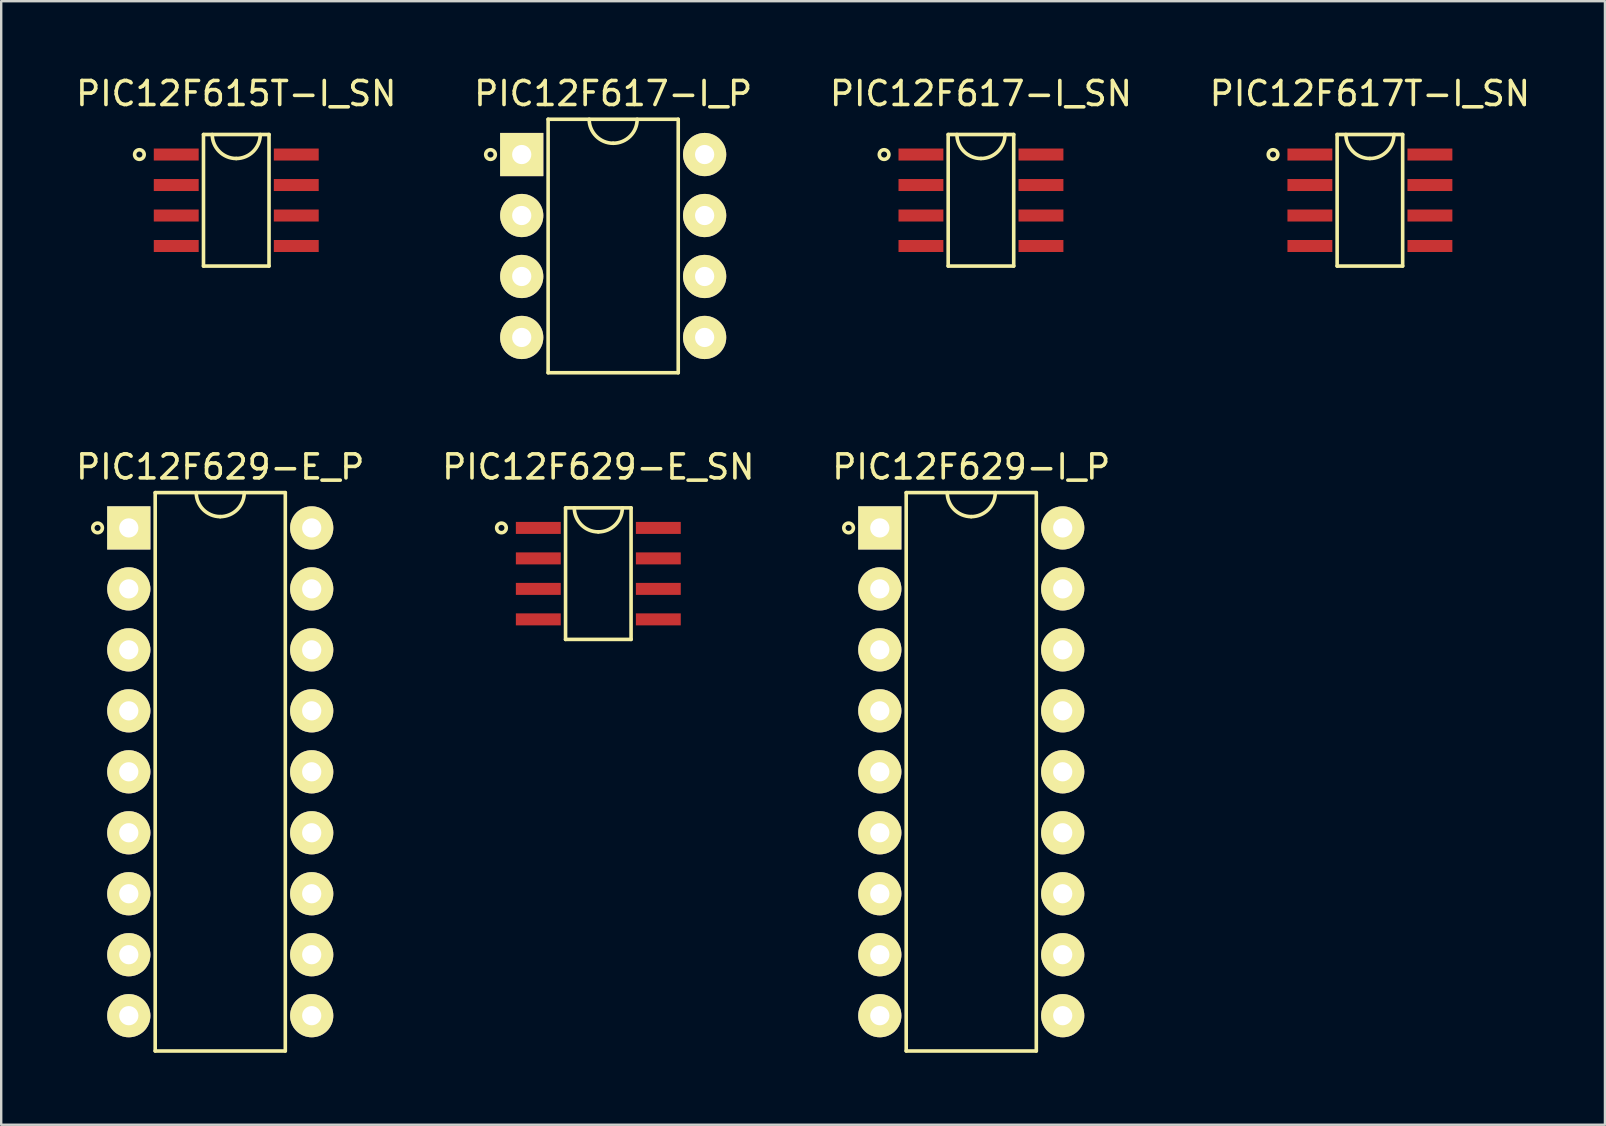
<source format=kicad_pcb>
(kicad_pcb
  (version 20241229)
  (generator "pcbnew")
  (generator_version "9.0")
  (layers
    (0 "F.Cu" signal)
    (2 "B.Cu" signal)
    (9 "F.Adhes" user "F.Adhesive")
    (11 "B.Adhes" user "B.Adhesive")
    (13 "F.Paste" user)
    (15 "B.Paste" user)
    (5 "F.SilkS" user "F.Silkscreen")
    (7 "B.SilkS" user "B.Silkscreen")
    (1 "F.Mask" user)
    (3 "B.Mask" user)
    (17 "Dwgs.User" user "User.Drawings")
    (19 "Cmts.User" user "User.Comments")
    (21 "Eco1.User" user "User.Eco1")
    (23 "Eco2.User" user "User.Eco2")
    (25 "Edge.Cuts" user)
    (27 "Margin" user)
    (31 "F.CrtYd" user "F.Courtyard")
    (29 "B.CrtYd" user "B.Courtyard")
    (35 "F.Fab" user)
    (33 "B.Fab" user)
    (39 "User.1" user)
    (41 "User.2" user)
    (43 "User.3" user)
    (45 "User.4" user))
  (footprint "PIC12F615T-I_SN"
    (layer "F.Cu")
    (at 4.292 3.388)
    (property "Reference" "PIC12F615T-I_SN" (at 2.5 -2.54 0) (layer "F.SilkS") (effects (font (size 1 1) (thickness 0.15))))
    (attr through_hole)
    (fp_line (start 1.135 -0.835) (end 3.865 -0.835) (stroke (width 0.15) (type solid)) (layer "F.SilkS"))
    (fp_line (start 1.135 4.645) (end 1.135 -0.835) (stroke (width 0.15) (type solid)) (layer "F.SilkS"))
    (fp_line (start 3.865 -0.835) (end 3.865 4.645) (stroke (width 0.15) (type solid)) (layer "F.SilkS"))
    (fp_line (start 3.865 4.645) (end 1.135 4.645) (stroke (width 0.15) (type solid)) (layer "F.SilkS"))
    (fp_arc (start 2.5 0.165) (mid 1.792893 -0.127893) (end 1.5 -0.835) (stroke (width 0.15) (type solid)) (layer "F.SilkS"))
    (fp_arc (start 3.5 -0.835) (mid 3.207107 -0.127893) (end 2.5 0.165) (stroke (width 0.15) (type solid)) (layer "F.SilkS"))
    (fp_circle (center -1.535 0) (end -1.535 0.2) (stroke (width 0.15) (type solid)) (fill no) (layer "F.SilkS"))
    (pad "1" smd rect (at 0 0) (size 1.87 0.5) (layers "F.Cu" "F.Mask" "F.Paste"))
    (pad "2" smd rect (at 0 1.27) (size 1.87 0.5) (layers "F.Cu" "F.Mask" "F.Paste"))
    (pad "3" smd rect (at 0 2.54) (size 1.87 0.5) (layers "F.Cu" "F.Mask" "F.Paste"))
    (pad "4" smd rect (at 0 3.81) (size 1.87 0.5) (layers "F.Cu" "F.Mask" "F.Paste"))
    (pad "5" smd rect (at 5 3.81) (size 1.87 0.5) (layers "F.Cu" "F.Mask" "F.Paste"))
    (pad "6" smd rect (at 5 2.54) (size 1.87 0.5) (layers "F.Cu" "F.Mask" "F.Paste"))
    (pad "7" smd rect (at 5 1.27) (size 1.87 0.5) (layers "F.Cu" "F.Mask" "F.Paste"))
    (pad "8" smd rect (at 5 0) (size 1.87 0.5) (layers "F.Cu" "F.Mask" "F.Paste")))
  (footprint "PIC12F629-E_SN"
    (layer "F.Cu")
    (at 19.375 18.942)
    (property "Reference" "PIC12F629-E_SN" (at 2.5 -2.54 0) (layer "F.SilkS") (effects (font (size 1 1) (thickness 0.15))))
    (attr through_hole)
    (fp_line (start 1.135 -0.835) (end 3.865 -0.835) (stroke (width 0.15) (type solid)) (layer "F.SilkS"))
    (fp_line (start 1.135 4.645) (end 1.135 -0.835) (stroke (width 0.15) (type solid)) (layer "F.SilkS"))
    (fp_line (start 3.865 -0.835) (end 3.865 4.645) (stroke (width 0.15) (type solid)) (layer "F.SilkS"))
    (fp_line (start 3.865 4.645) (end 1.135 4.645) (stroke (width 0.15) (type solid)) (layer "F.SilkS"))
    (fp_arc (start 2.5 0.165) (mid 1.792893 -0.127893) (end 1.5 -0.835) (stroke (width 0.15) (type solid)) (layer "F.SilkS"))
    (fp_arc (start 3.5 -0.835) (mid 3.207107 -0.127893) (end 2.5 0.165) (stroke (width 0.15) (type solid)) (layer "F.SilkS"))
    (fp_circle (center -1.535 0) (end -1.535 0.2) (stroke (width 0.15) (type solid)) (fill no) (layer "F.SilkS"))
    (pad "1" smd rect (at 0 0) (size 1.87 0.5) (layers "F.Cu" "F.Mask" "F.Paste"))
    (pad "2" smd rect (at 0 1.27) (size 1.87 0.5) (layers "F.Cu" "F.Mask" "F.Paste"))
    (pad "3" smd rect (at 0 2.54) (size 1.87 0.5) (layers "F.Cu" "F.Mask" "F.Paste"))
    (pad "4" smd rect (at 0 3.81) (size 1.87 0.5) (layers "F.Cu" "F.Mask" "F.Paste"))
    (pad "5" smd rect (at 5 3.81) (size 1.87 0.5) (layers "F.Cu" "F.Mask" "F.Paste"))
    (pad "6" smd rect (at 5 2.54) (size 1.87 0.5) (layers "F.Cu" "F.Mask" "F.Paste"))
    (pad "7" smd rect (at 5 1.27) (size 1.87 0.5) (layers "F.Cu" "F.Mask" "F.Paste"))
    (pad "8" smd rect (at 5 0) (size 1.87 0.5) (layers "F.Cu" "F.Mask" "F.Paste")))
  (footprint "PIC12F617T-I_SN"
    (layer "F.Cu")
    (at 51.518 3.388)
    (property "Reference" "PIC12F617T-I_SN" (at 2.5 -2.54 0) (layer "F.SilkS") (effects (font (size 1 1) (thickness 0.15))))
    (attr through_hole)
    (fp_line (start 1.135 -0.835) (end 3.865 -0.835) (stroke (width 0.15) (type solid)) (layer "F.SilkS"))
    (fp_line (start 1.135 4.645) (end 1.135 -0.835) (stroke (width 0.15) (type solid)) (layer "F.SilkS"))
    (fp_line (start 3.865 -0.835) (end 3.865 4.645) (stroke (width 0.15) (type solid)) (layer "F.SilkS"))
    (fp_line (start 3.865 4.645) (end 1.135 4.645) (stroke (width 0.15) (type solid)) (layer "F.SilkS"))
    (fp_arc (start 2.5 0.165) (mid 1.792893 -0.127893) (end 1.5 -0.835) (stroke (width 0.15) (type solid)) (layer "F.SilkS"))
    (fp_arc (start 3.5 -0.835) (mid 3.207107 -0.127893) (end 2.5 0.165) (stroke (width 0.15) (type solid)) (layer "F.SilkS"))
    (fp_circle (center -1.535 0) (end -1.535 0.2) (stroke (width 0.15) (type solid)) (fill no) (layer "F.SilkS"))
    (pad "1" smd rect (at 0 0) (size 1.87 0.5) (layers "F.Cu" "F.Mask" "F.Paste"))
    (pad "2" smd rect (at 0 1.27) (size 1.87 0.5) (layers "F.Cu" "F.Mask" "F.Paste"))
    (pad "3" smd rect (at 0 2.54) (size 1.87 0.5) (layers "F.Cu" "F.Mask" "F.Paste"))
    (pad "4" smd rect (at 0 3.81) (size 1.87 0.5) (layers "F.Cu" "F.Mask" "F.Paste"))
    (pad "5" smd rect (at 5 3.81) (size 1.87 0.5) (layers "F.Cu" "F.Mask" "F.Paste"))
    (pad "6" smd rect (at 5 2.54) (size 1.87 0.5) (layers "F.Cu" "F.Mask" "F.Paste"))
    (pad "7" smd rect (at 5 1.27) (size 1.87 0.5) (layers "F.Cu" "F.Mask" "F.Paste"))
    (pad "8" smd rect (at 5 0) (size 1.87 0.5) (layers "F.Cu" "F.Mask" "F.Paste")))
  (footprint "PIC12F617-I_SN"
    (layer "F.Cu")
    (at 35.315 3.388)
    (property "Reference" "PIC12F617-I_SN" (at 2.5 -2.54 0) (layer "F.SilkS") (effects (font (size 1 1) (thickness 0.15))))
    (attr through_hole)
    (fp_line (start 1.135 -0.835) (end 3.865 -0.835) (stroke (width 0.15) (type solid)) (layer "F.SilkS"))
    (fp_line (start 1.135 4.645) (end 1.135 -0.835) (stroke (width 0.15) (type solid)) (layer "F.SilkS"))
    (fp_line (start 3.865 -0.835) (end 3.865 4.645) (stroke (width 0.15) (type solid)) (layer "F.SilkS"))
    (fp_line (start 3.865 4.645) (end 1.135 4.645) (stroke (width 0.15) (type solid)) (layer "F.SilkS"))
    (fp_arc (start 2.5 0.165) (mid 1.792893 -0.127893) (end 1.5 -0.835) (stroke (width 0.15) (type solid)) (layer "F.SilkS"))
    (fp_arc (start 3.5 -0.835) (mid 3.207107 -0.127893) (end 2.5 0.165) (stroke (width 0.15) (type solid)) (layer "F.SilkS"))
    (fp_circle (center -1.535 0) (end -1.535 0.2) (stroke (width 0.15) (type solid)) (fill no) (layer "F.SilkS"))
    (pad "1" smd rect (at 0 0) (size 1.87 0.5) (layers "F.Cu" "F.Mask" "F.Paste"))
    (pad "2" smd rect (at 0 1.27) (size 1.87 0.5) (layers "F.Cu" "F.Mask" "F.Paste"))
    (pad "3" smd rect (at 0 2.54) (size 1.87 0.5) (layers "F.Cu" "F.Mask" "F.Paste"))
    (pad "4" smd rect (at 0 3.81) (size 1.87 0.5) (layers "F.Cu" "F.Mask" "F.Paste"))
    (pad "5" smd rect (at 5 3.81) (size 1.87 0.5) (layers "F.Cu" "F.Mask" "F.Paste"))
    (pad "6" smd rect (at 5 2.54) (size 1.87 0.5) (layers "F.Cu" "F.Mask" "F.Paste"))
    (pad "7" smd rect (at 5 1.27) (size 1.87 0.5) (layers "F.Cu" "F.Mask" "F.Paste"))
    (pad "8" smd rect (at 5 0) (size 1.87 0.5) (layers "F.Cu" "F.Mask" "F.Paste")))
  (footprint "PIC12F629-I_P"
    (layer "F.Cu")
    (at 33.601 18.942)
    (property "Reference" "PIC12F629-I_P" (at 3.81 -2.54 0) (layer "F.SilkS") (effects (font (size 1 1) (thickness 0.15))))
    (attr through_hole)
    (fp_line (start 1.1 -1.47) (end 6.52 -1.47) (stroke (width 0.15) (type solid)) (layer "F.SilkS"))
    (fp_line (start 1.1 21.79) (end 1.1 -1.47) (stroke (width 0.15) (type solid)) (layer "F.SilkS"))
    (fp_line (start 6.52 -1.47) (end 6.52 21.79) (stroke (width 0.15) (type solid)) (layer "F.SilkS"))
    (fp_line (start 6.52 21.79) (end 1.1 21.79) (stroke (width 0.15) (type solid)) (layer "F.SilkS"))
    (fp_arc (start 3.81 -0.47) (mid 3.102893 -0.762893) (end 2.81 -1.47) (stroke (width 0.15) (type solid)) (layer "F.SilkS"))
    (fp_arc (start 4.81 -1.47) (mid 4.517107 -0.762893) (end 3.81 -0.47) (stroke (width 0.15) (type solid)) (layer "F.SilkS"))
    (fp_circle (center -1.3 0) (end -1.3 0.2) (stroke (width 0.15) (type solid)) (fill no) (layer "F.SilkS"))
    (pad "1" thru_hole rect (at 0 0) (size 1.8 1.8) (drill 0.8) (layers "*.Cu" "*.Mask" "F.SilkS"))
    (pad "2" thru_hole circle (at 0 2.54) (size 1.8 1.8) (drill 0.8) (layers "*.Cu" "*.Mask" "F.SilkS"))
    (pad "3" thru_hole circle (at 0 5.08) (size 1.8 1.8) (drill 0.8) (layers "*.Cu" "*.Mask" "F.SilkS"))
    (pad "4" thru_hole circle (at 0 7.62) (size 1.8 1.8) (drill 0.8) (layers "*.Cu" "*.Mask" "F.SilkS"))
    (pad "5" thru_hole circle (at 0 10.16) (size 1.8 1.8) (drill 0.8) (layers "*.Cu" "*.Mask" "F.SilkS"))
    (pad "6" thru_hole circle (at 0 12.7) (size 1.8 1.8) (drill 0.8) (layers "*.Cu" "*.Mask" "F.SilkS"))
    (pad "7" thru_hole circle (at 0 15.24) (size 1.8 1.8) (drill 0.8) (layers "*.Cu" "*.Mask" "F.SilkS"))
    (pad "8" thru_hole circle (at 0 17.78) (size 1.8 1.8) (drill 0.8) (layers "*.Cu" "*.Mask" "F.SilkS"))
    (pad "9" thru_hole circle (at 0 20.32) (size 1.8 1.8) (drill 0.8) (layers "*.Cu" "*.Mask" "F.SilkS"))
    (pad "10" thru_hole circle (at 7.62 20.32) (size 1.8 1.8) (drill 0.8) (layers "*.Cu" "*.Mask" "F.SilkS"))
    (pad "11" thru_hole circle (at 7.62 17.78) (size 1.8 1.8) (drill 0.8) (layers "*.Cu" "*.Mask" "F.SilkS"))
    (pad "12" thru_hole circle (at 7.62 15.24) (size 1.8 1.8) (drill 0.8) (layers "*.Cu" "*.Mask" "F.SilkS"))
    (pad "13" thru_hole circle (at 7.62 12.7) (size 1.8 1.8) (drill 0.8) (layers "*.Cu" "*.Mask" "F.SilkS"))
    (pad "14" thru_hole circle (at 7.62 10.16) (size 1.8 1.8) (drill 0.8) (layers "*.Cu" "*.Mask" "F.SilkS"))
    (pad "15" thru_hole circle (at 7.62 7.62) (size 1.8 1.8) (drill 0.8) (layers "*.Cu" "*.Mask" "F.SilkS"))
    (pad "16" thru_hole circle (at 7.62 5.08) (size 1.8 1.8) (drill 0.8) (layers "*.Cu" "*.Mask" "F.SilkS"))
    (pad "17" thru_hole circle (at 7.62 2.54) (size 1.8 1.8) (drill 0.8) (layers "*.Cu" "*.Mask" "F.SilkS"))
    (pad "18" thru_hole circle (at 7.62 0) (size 1.8 1.8) (drill 0.8) (layers "*.Cu" "*.Mask" "F.SilkS")))
  (footprint "PIC12F629-E_P"
    (layer "F.Cu")
    (at 2.315 18.942)
    (property "Reference" "PIC12F629-E_P" (at 3.81 -2.54 0) (layer "F.SilkS") (effects (font (size 1 1) (thickness 0.15))))
    (attr through_hole)
    (fp_line (start 1.1 -1.47) (end 6.52 -1.47) (stroke (width 0.15) (type solid)) (layer "F.SilkS"))
    (fp_line (start 1.1 21.79) (end 1.1 -1.47) (stroke (width 0.15) (type solid)) (layer "F.SilkS"))
    (fp_line (start 6.52 -1.47) (end 6.52 21.79) (stroke (width 0.15) (type solid)) (layer "F.SilkS"))
    (fp_line (start 6.52 21.79) (end 1.1 21.79) (stroke (width 0.15) (type solid)) (layer "F.SilkS"))
    (fp_arc (start 3.81 -0.47) (mid 3.102893 -0.762893) (end 2.81 -1.47) (stroke (width 0.15) (type solid)) (layer "F.SilkS"))
    (fp_arc (start 4.81 -1.47) (mid 4.517107 -0.762893) (end 3.81 -0.47) (stroke (width 0.15) (type solid)) (layer "F.SilkS"))
    (fp_circle (center -1.3 0) (end -1.3 0.2) (stroke (width 0.15) (type solid)) (fill no) (layer "F.SilkS"))
    (pad "1" thru_hole rect (at 0 0) (size 1.8 1.8) (drill 0.8) (layers "*.Cu" "*.Mask" "F.SilkS"))
    (pad "2" thru_hole circle (at 0 2.54) (size 1.8 1.8) (drill 0.8) (layers "*.Cu" "*.Mask" "F.SilkS"))
    (pad "3" thru_hole circle (at 0 5.08) (size 1.8 1.8) (drill 0.8) (layers "*.Cu" "*.Mask" "F.SilkS"))
    (pad "4" thru_hole circle (at 0 7.62) (size 1.8 1.8) (drill 0.8) (layers "*.Cu" "*.Mask" "F.SilkS"))
    (pad "5" thru_hole circle (at 0 10.16) (size 1.8 1.8) (drill 0.8) (layers "*.Cu" "*.Mask" "F.SilkS"))
    (pad "6" thru_hole circle (at 0 12.7) (size 1.8 1.8) (drill 0.8) (layers "*.Cu" "*.Mask" "F.SilkS"))
    (pad "7" thru_hole circle (at 0 15.24) (size 1.8 1.8) (drill 0.8) (layers "*.Cu" "*.Mask" "F.SilkS"))
    (pad "8" thru_hole circle (at 0 17.78) (size 1.8 1.8) (drill 0.8) (layers "*.Cu" "*.Mask" "F.SilkS"))
    (pad "9" thru_hole circle (at 0 20.32) (size 1.8 1.8) (drill 0.8) (layers "*.Cu" "*.Mask" "F.SilkS"))
    (pad "10" thru_hole circle (at 7.62 20.32) (size 1.8 1.8) (drill 0.8) (layers "*.Cu" "*.Mask" "F.SilkS"))
    (pad "11" thru_hole circle (at 7.62 17.78) (size 1.8 1.8) (drill 0.8) (layers "*.Cu" "*.Mask" "F.SilkS"))
    (pad "12" thru_hole circle (at 7.62 15.24) (size 1.8 1.8) (drill 0.8) (layers "*.Cu" "*.Mask" "F.SilkS"))
    (pad "13" thru_hole circle (at 7.62 12.7) (size 1.8 1.8) (drill 0.8) (layers "*.Cu" "*.Mask" "F.SilkS"))
    (pad "14" thru_hole circle (at 7.62 10.16) (size 1.8 1.8) (drill 0.8) (layers "*.Cu" "*.Mask" "F.SilkS"))
    (pad "15" thru_hole circle (at 7.62 7.62) (size 1.8 1.8) (drill 0.8) (layers "*.Cu" "*.Mask" "F.SilkS"))
    (pad "16" thru_hole circle (at 7.62 5.08) (size 1.8 1.8) (drill 0.8) (layers "*.Cu" "*.Mask" "F.SilkS"))
    (pad "17" thru_hole circle (at 7.62 2.54) (size 1.8 1.8) (drill 0.8) (layers "*.Cu" "*.Mask" "F.SilkS"))
    (pad "18" thru_hole circle (at 7.62 0) (size 1.8 1.8) (drill 0.8) (layers "*.Cu" "*.Mask" "F.SilkS")))
  (footprint "PIC12F617-I_P"
    (layer "F.Cu")
    (at 18.684 3.388)
    (property "Reference" "PIC12F617-I_P" (at 3.81 -2.54 0) (layer "F.SilkS") (effects (font (size 1 1) (thickness 0.15))))
    (attr through_hole)
    (fp_line (start 1.1 -1.47) (end 6.52 -1.47) (stroke (width 0.15) (type solid)) (layer "F.SilkS"))
    (fp_line (start 1.1 9.09) (end 1.1 -1.47) (stroke (width 0.15) (type solid)) (layer "F.SilkS"))
    (fp_line (start 6.52 -1.47) (end 6.52 9.09) (stroke (width 0.15) (type solid)) (layer "F.SilkS"))
    (fp_line (start 6.52 9.09) (end 1.1 9.09) (stroke (width 0.15) (type solid)) (layer "F.SilkS"))
    (fp_arc (start 3.81 -0.47) (mid 3.102893 -0.762893) (end 2.81 -1.47) (stroke (width 0.15) (type solid)) (layer "F.SilkS"))
    (fp_arc (start 4.81 -1.47) (mid 4.517107 -0.762893) (end 3.81 -0.47) (stroke (width 0.15) (type solid)) (layer "F.SilkS"))
    (fp_circle (center -1.3 0) (end -1.3 0.2) (stroke (width 0.15) (type solid)) (fill no) (layer "F.SilkS"))
    (pad "1" thru_hole rect (at 0 0) (size 1.8 1.8) (drill 0.8) (layers "*.Cu" "*.Mask" "F.SilkS"))
    (pad "2" thru_hole circle (at 0 2.54) (size 1.8 1.8) (drill 0.8) (layers "*.Cu" "*.Mask" "F.SilkS"))
    (pad "3" thru_hole circle (at 0 5.08) (size 1.8 1.8) (drill 0.8) (layers "*.Cu" "*.Mask" "F.SilkS"))
    (pad "4" thru_hole circle (at 0 7.62) (size 1.8 1.8) (drill 0.8) (layers "*.Cu" "*.Mask" "F.SilkS"))
    (pad "5" thru_hole circle (at 7.62 7.62) (size 1.8 1.8) (drill 0.8) (layers "*.Cu" "*.Mask" "F.SilkS"))
    (pad "6" thru_hole circle (at 7.62 5.08) (size 1.8 1.8) (drill 0.8) (layers "*.Cu" "*.Mask" "F.SilkS"))
    (pad "7" thru_hole circle (at 7.62 2.54) (size 1.8 1.8) (drill 0.8) (layers "*.Cu" "*.Mask" "F.SilkS"))
    (pad "8" thru_hole circle (at 7.62 0) (size 1.8 1.8) (drill 0.8) (layers "*.Cu" "*.Mask" "F.SilkS")))
  (gr_rect
    (start -3 -3)
    (end 63.81 43.806)
    (stroke (width 0.1) (type default))
    (fill no)
    (layer "Edge.Cuts")))
</source>
